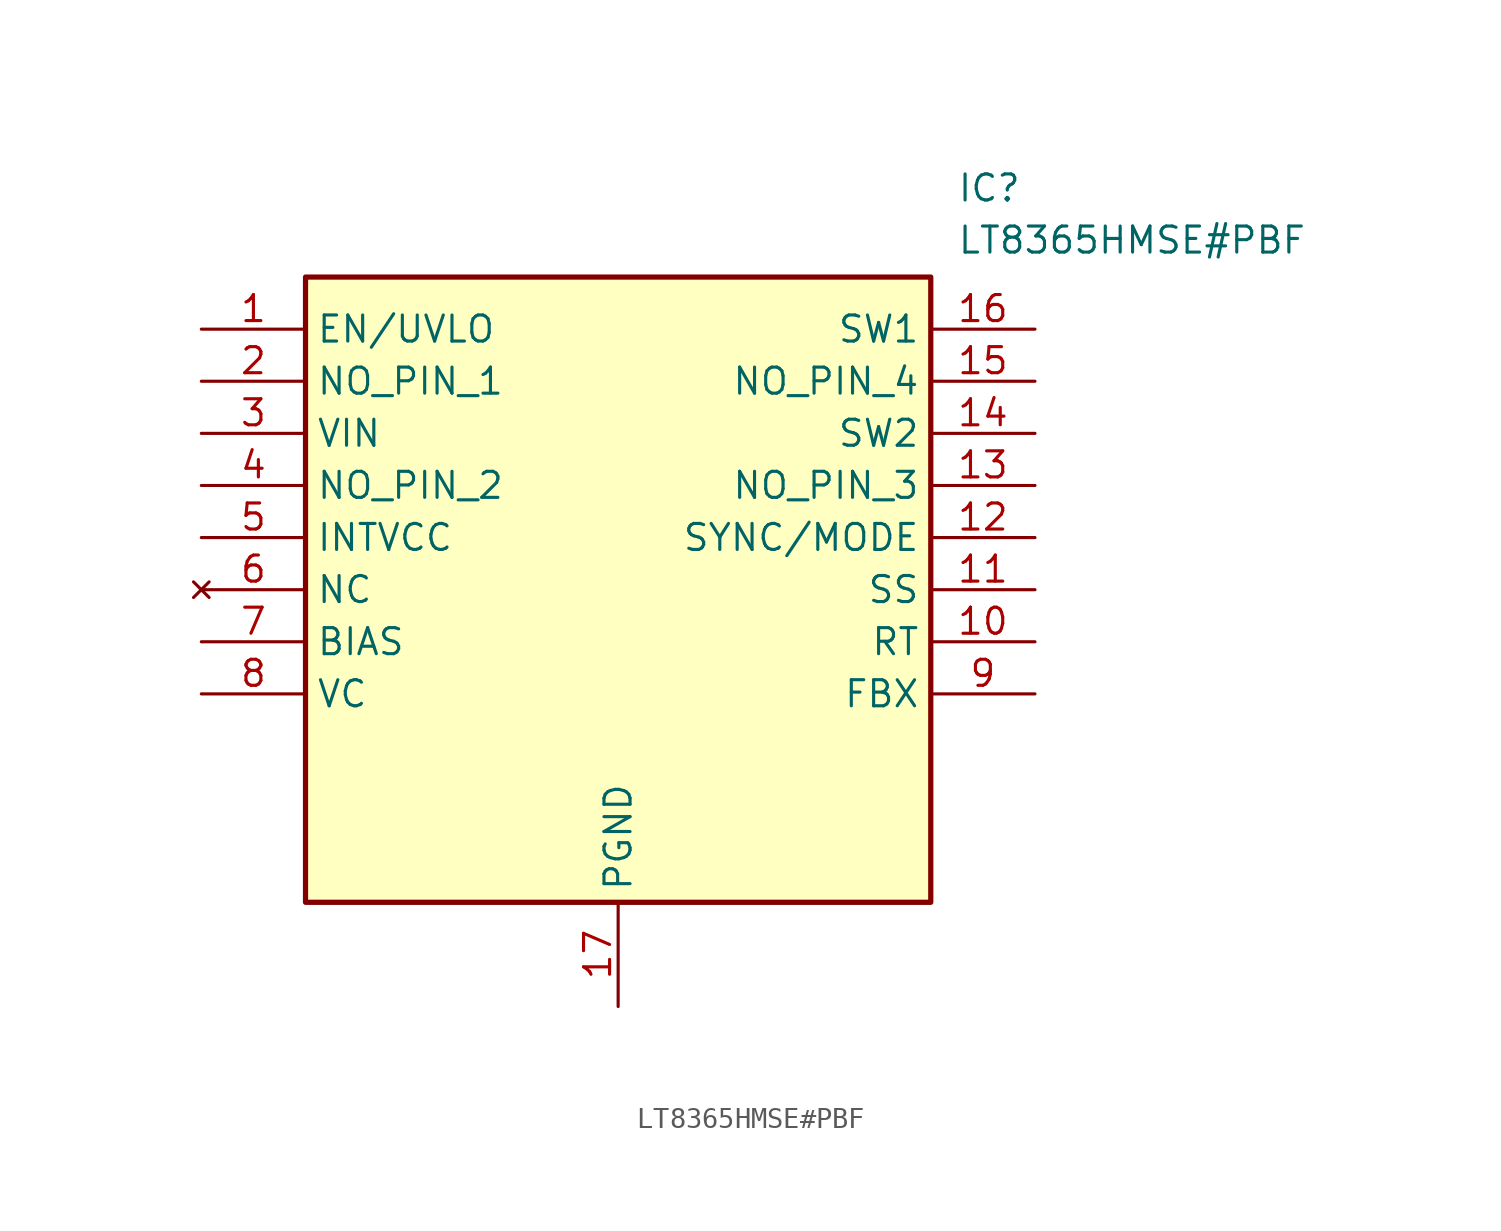
<source format=kicad_sym>
(kicad_symbol_lib
  (version 20220914)
  (generator kicad_symbol_editor)
  (symbol "LT8365HMSE#PBF"
    (property "Reference" "IC"
      (at 36.83 7.62 0)
      (effects (font (size 1.27 1.27)) (justify left top)))
    (property "Value" "LT8365HMSE#PBF"
      (at 36.83 5.08 0)
      (effects (font (size 1.27 1.27)) (justify left top)))
    (symbol "LT8365HMSE#PBF_1_1"
      (rectangle (start 5.08 2.54) (end 35.56 -27.94) (stroke (width 0.254) (type default)) (fill (type background)))
      (pin passive line (at 0 0 0) (length 5.08) (name "EN/UVLO" (effects (font (size 1.27 1.27)))) (number "1" (effects (font (size 1.27 1.27)))))
      (pin passive line (at 40.64 -15.24 180) (length 5.08) (name "RT" (effects (font (size 1.27 1.27)))) (number "10" (effects (font (size 1.27 1.27)))))
      (pin passive line (at 40.64 -12.7 180) (length 5.08) (name "SS" (effects (font (size 1.27 1.27)))) (number "11" (effects (font (size 1.27 1.27)))))
      (pin passive line (at 40.64 -10.16 180) (length 5.08) (name "SYNC/MODE" (effects (font (size 1.27 1.27)))) (number "12" (effects (font (size 1.27 1.27)))))
      (pin passive line (at 40.64 -7.62 180) (length 5.08) (name "NO_PIN_3" (effects (font (size 1.27 1.27)))) (number "13" (effects (font (size 1.27 1.27)))))
      (pin passive line (at 40.64 -5.08 180) (length 5.08) (name "SW2" (effects (font (size 1.27 1.27)))) (number "14" (effects (font (size 1.27 1.27)))))
      (pin passive line (at 40.64 -2.54 180) (length 5.08) (name "NO_PIN_4" (effects (font (size 1.27 1.27)))) (number "15" (effects (font (size 1.27 1.27)))))
      (pin passive line (at 40.64 0 180) (length 5.08) (name "SW1" (effects (font (size 1.27 1.27)))) (number "16" (effects (font (size 1.27 1.27)))))
      (pin passive line (at 20.32 -33.02 90) (length 5.08) (name "PGND" (effects (font (size 1.27 1.27)))) (number "17" (effects (font (size 1.27 1.27)))))
      (pin passive line (at 0 -2.54 0) (length 5.08) (name "NO_PIN_1" (effects (font (size 1.27 1.27)))) (number "2" (effects (font (size 1.27 1.27)))))
      (pin passive line (at 0 -5.08 0) (length 5.08) (name "VIN" (effects (font (size 1.27 1.27)))) (number "3" (effects (font (size 1.27 1.27)))))
      (pin passive line (at 0 -7.62 0) (length 5.08) (name "NO_PIN_2" (effects (font (size 1.27 1.27)))) (number "4" (effects (font (size 1.27 1.27)))))
      (pin passive line (at 0 -10.16 0) (length 5.08) (name "INTVCC" (effects (font (size 1.27 1.27)))) (number "5" (effects (font (size 1.27 1.27)))))
      (pin no_connect line (at 0 -12.7 0) (length 5.08) (name "NC" (effects (font (size 1.27 1.27)))) (number "6" (effects (font (size 1.27 1.27)))))
      (pin passive line (at 0 -15.24 0) (length 5.08) (name "BIAS" (effects (font (size 1.27 1.27)))) (number "7" (effects (font (size 1.27 1.27)))))
      (pin passive line (at 0 -17.78 0) (length 5.08) (name "VC" (effects (font (size 1.27 1.27)))) (number "8" (effects (font (size 1.27 1.27)))))
      (pin passive line (at 40.64 -17.78 180) (length 5.08) (name "FBX" (effects (font (size 1.27 1.27)))) (number "9" (effects (font (size 1.27 1.27))))))))
</source>
